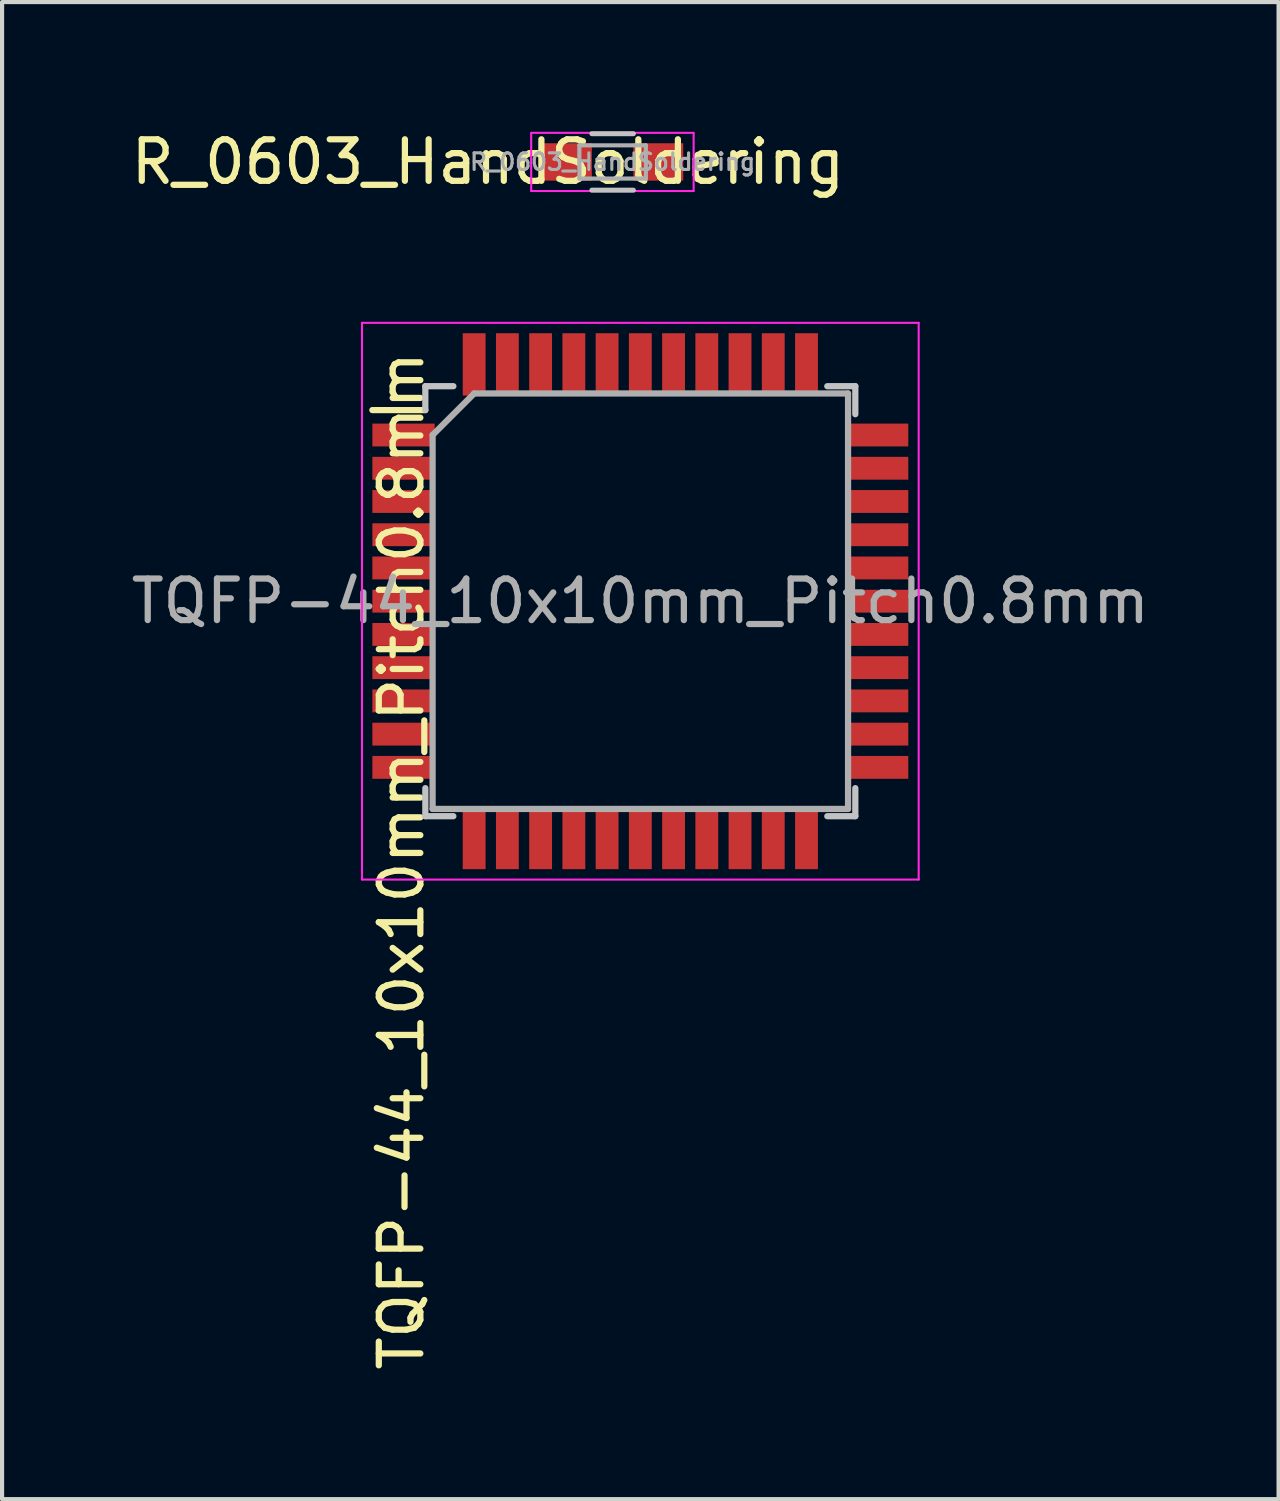
<source format=kicad_pcb>
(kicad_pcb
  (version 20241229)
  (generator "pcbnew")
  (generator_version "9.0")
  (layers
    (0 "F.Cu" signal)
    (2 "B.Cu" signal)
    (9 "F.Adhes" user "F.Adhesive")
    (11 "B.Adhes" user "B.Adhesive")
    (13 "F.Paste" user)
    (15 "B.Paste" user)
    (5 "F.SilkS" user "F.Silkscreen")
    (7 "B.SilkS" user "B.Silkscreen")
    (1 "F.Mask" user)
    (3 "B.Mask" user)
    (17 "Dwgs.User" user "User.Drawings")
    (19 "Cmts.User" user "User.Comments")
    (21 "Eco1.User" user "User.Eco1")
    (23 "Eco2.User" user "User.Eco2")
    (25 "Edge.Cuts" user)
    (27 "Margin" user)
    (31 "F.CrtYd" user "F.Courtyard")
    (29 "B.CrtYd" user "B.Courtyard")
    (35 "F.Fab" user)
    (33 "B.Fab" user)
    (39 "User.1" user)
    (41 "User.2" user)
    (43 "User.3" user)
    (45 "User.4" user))
  (footprint "TQFP-44_10x10mm_Pitch0.8mm"
    (layer "F.Cu")
    (at 12.363 11.421)
    (property "Reference" "TQFP-44_10x10mm_Pitch0.8mm" (at -5.75 6.25 270) (layer "F.SilkS") (effects (font (size 1 1) (thickness 0.15))))
    (attr smd)
    (fp_line (start -5.175 -4.6) (end -6.45 -4.6) (stroke (width 0.15) (type solid)) (layer "F.SilkS"))
    (fp_line (start -5.175 -5.175) (end -5.175 -4.6) (stroke (width 0.15) (type solid)) (layer "Dwgs.User"))
    (fp_line (start -5.175 -5.175) (end -4.5 -5.175) (stroke (width 0.15) (type solid)) (layer "Dwgs.User"))
    (fp_line (start -5.175 5.175) (end -5.175 4.5) (stroke (width 0.15) (type solid)) (layer "Dwgs.User"))
    (fp_line (start -5.175 5.175) (end -4.5 5.175) (stroke (width 0.15) (type solid)) (layer "Dwgs.User"))
    (fp_line (start 5.175 -5.175) (end 4.5 -5.175) (stroke (width 0.15) (type solid)) (layer "Dwgs.User"))
    (fp_line (start 5.175 -5.175) (end 5.175 -4.5) (stroke (width 0.15) (type solid)) (layer "Dwgs.User"))
    (fp_line (start 5.175 5.175) (end 4.5 5.175) (stroke (width 0.15) (type solid)) (layer "Dwgs.User"))
    (fp_line (start 5.175 5.175) (end 5.175 4.5) (stroke (width 0.15) (type solid)) (layer "Dwgs.User"))
    (fp_line (start -6.7 -6.7) (end -6.7 6.7) (stroke (width 0.05) (type solid)) (layer "F.CrtYd"))
    (fp_line (start -6.7 -6.7) (end 6.7 -6.7) (stroke (width 0.05) (type solid)) (layer "F.CrtYd"))
    (fp_line (start -6.7 6.7) (end 6.7 6.7) (stroke (width 0.05) (type solid)) (layer "F.CrtYd"))
    (fp_line (start 6.7 -6.7) (end 6.7 6.7) (stroke (width 0.05) (type solid)) (layer "F.CrtYd"))
    (fp_line (start -5 -4) (end -4 -5) (stroke (width 0.15) (type solid)) (layer "F.Fab"))
    (fp_line (start -5 5) (end -5 -4) (stroke (width 0.15) (type solid)) (layer "F.Fab"))
    (fp_line (start -4 -5) (end 5 -5) (stroke (width 0.15) (type solid)) (layer "F.Fab"))
    (fp_line (start 5 -5) (end 5 5) (stroke (width 0.15) (type solid)) (layer "F.Fab"))
    (fp_line (start 5 5) (end -5 5) (stroke (width 0.15) (type solid)) (layer "F.Fab"))
    (fp_text user "${REFERENCE}" (at 0 0 0) (layer "F.Fab") (effects (font (size 1 1) (thickness 0.15))))
    (pad "1" smd rect (at -5.7 -4) (size 1.5 0.55) (layers "F.Cu" "F.Mask" "F.Paste"))
    (pad "2" smd rect (at -5.7 -3.2) (size 1.5 0.55) (layers "F.Cu" "F.Mask" "F.Paste"))
    (pad "3" smd rect (at -5.7 -2.4) (size 1.5 0.55) (layers "F.Cu" "F.Mask" "F.Paste"))
    (pad "4" smd rect (at -5.7 -1.6) (size 1.5 0.55) (layers "F.Cu" "F.Mask" "F.Paste"))
    (pad "5" smd rect (at -5.7 -0.8) (size 1.5 0.55) (layers "F.Cu" "F.Mask" "F.Paste"))
    (pad "6" smd rect (at -5.7 0) (size 1.5 0.55) (layers "F.Cu" "F.Mask" "F.Paste"))
    (pad "7" smd rect (at -5.7 0.8) (size 1.5 0.55) (layers "F.Cu" "F.Mask" "F.Paste"))
    (pad "8" smd rect (at -5.7 1.6) (size 1.5 0.55) (layers "F.Cu" "F.Mask" "F.Paste"))
    (pad "9" smd rect (at -5.7 2.4) (size 1.5 0.55) (layers "F.Cu" "F.Mask" "F.Paste"))
    (pad "10" smd rect (at -5.7 3.2) (size 1.5 0.55) (layers "F.Cu" "F.Mask" "F.Paste"))
    (pad "11" smd rect (at -5.7 4) (size 1.5 0.55) (layers "F.Cu" "F.Mask" "F.Paste"))
    (pad "12" smd rect (at -4 5.7 90) (size 1.5 0.55) (layers "F.Cu" "F.Mask" "F.Paste"))
    (pad "13" smd rect (at -3.2 5.7 90) (size 1.5 0.55) (layers "F.Cu" "F.Mask" "F.Paste"))
    (pad "14" smd rect (at -2.4 5.7 90) (size 1.5 0.55) (layers "F.Cu" "F.Mask" "F.Paste"))
    (pad "15" smd rect (at -1.6 5.7 90) (size 1.5 0.55) (layers "F.Cu" "F.Mask" "F.Paste"))
    (pad "16" smd rect (at -0.8 5.7 90) (size 1.5 0.55) (layers "F.Cu" "F.Mask" "F.Paste"))
    (pad "17" smd rect (at 0 5.7 90) (size 1.5 0.55) (layers "F.Cu" "F.Mask" "F.Paste"))
    (pad "18" smd rect (at 0.8 5.7 90) (size 1.5 0.55) (layers "F.Cu" "F.Mask" "F.Paste"))
    (pad "19" smd rect (at 1.6 5.7 90) (size 1.5 0.55) (layers "F.Cu" "F.Mask" "F.Paste"))
    (pad "20" smd rect (at 2.4 5.7 90) (size 1.5 0.55) (layers "F.Cu" "F.Mask" "F.Paste"))
    (pad "21" smd rect (at 3.2 5.7 90) (size 1.5 0.55) (layers "F.Cu" "F.Mask" "F.Paste"))
    (pad "22" smd rect (at 4 5.7 90) (size 1.5 0.55) (layers "F.Cu" "F.Mask" "F.Paste"))
    (pad "23" smd rect (at 5.7 4) (size 1.5 0.55) (layers "F.Cu" "F.Mask" "F.Paste"))
    (pad "24" smd rect (at 5.7 3.2) (size 1.5 0.55) (layers "F.Cu" "F.Mask" "F.Paste"))
    (pad "25" smd rect (at 5.7 2.4) (size 1.5 0.55) (layers "F.Cu" "F.Mask" "F.Paste"))
    (pad "26" smd rect (at 5.7 1.6) (size 1.5 0.55) (layers "F.Cu" "F.Mask" "F.Paste"))
    (pad "27" smd rect (at 5.7 0.8) (size 1.5 0.55) (layers "F.Cu" "F.Mask" "F.Paste"))
    (pad "28" smd rect (at 5.7 0) (size 1.5 0.55) (layers "F.Cu" "F.Mask" "F.Paste"))
    (pad "29" smd rect (at 5.7 -0.8) (size 1.5 0.55) (layers "F.Cu" "F.Mask" "F.Paste"))
    (pad "30" smd rect (at 5.7 -1.6) (size 1.5 0.55) (layers "F.Cu" "F.Mask" "F.Paste"))
    (pad "31" smd rect (at 5.7 -2.4) (size 1.5 0.55) (layers "F.Cu" "F.Mask" "F.Paste"))
    (pad "32" smd rect (at 5.7 -3.2) (size 1.5 0.55) (layers "F.Cu" "F.Mask" "F.Paste"))
    (pad "33" smd rect (at 5.7 -4) (size 1.5 0.55) (layers "F.Cu" "F.Mask" "F.Paste"))
    (pad "34" smd rect (at 4 -5.7 90) (size 1.5 0.55) (layers "F.Cu" "F.Mask" "F.Paste"))
    (pad "35" smd rect (at 3.2 -5.7 90) (size 1.5 0.55) (layers "F.Cu" "F.Mask" "F.Paste"))
    (pad "36" smd rect (at 2.4 -5.7 90) (size 1.5 0.55) (layers "F.Cu" "F.Mask" "F.Paste"))
    (pad "37" smd rect (at 1.6 -5.7 90) (size 1.5 0.55) (layers "F.Cu" "F.Mask" "F.Paste"))
    (pad "38" smd rect (at 0.8 -5.7 90) (size 1.5 0.55) (layers "F.Cu" "F.Mask" "F.Paste"))
    (pad "39" smd rect (at 0 -5.7 90) (size 1.5 0.55) (layers "F.Cu" "F.Mask" "F.Paste"))
    (pad "40" smd rect (at -0.8 -5.7 90) (size 1.5 0.55) (layers "F.Cu" "F.Mask" "F.Paste"))
    (pad "41" smd rect (at -1.6 -5.7 90) (size 1.5 0.55) (layers "F.Cu" "F.Mask" "F.Paste"))
    (pad "42" smd rect (at -2.4 -5.7 90) (size 1.5 0.55) (layers "F.Cu" "F.Mask" "F.Paste"))
    (pad "43" smd rect (at -3.2 -5.7 90) (size 1.5 0.55) (layers "F.Cu" "F.Mask" "F.Paste"))
    (pad "44" smd rect (at -4 -5.7 90) (size 1.5 0.55) (layers "F.Cu" "F.Mask" "F.Paste")))
  (footprint "R_0603_HandSoldering"
    (layer "F.Cu")
    (at 11.696 0.848)
    (property "Reference" "R_0603_HandSoldering" (at -3 0 0) (layer "F.SilkS") (effects (font (size 1 1) (thickness 0.15))))
    (attr smd)
    (fp_line (start -0.5 -0.68) (end 0.5 -0.68) (stroke (width 0.12) (type solid)) (layer "Dwgs.User"))
    (fp_line (start 0.5 0.68) (end -0.5 0.68) (stroke (width 0.12) (type solid)) (layer "Dwgs.User"))
    (fp_line (start -1.96 -0.7) (end -1.96 0.7) (stroke (width 0.05) (type solid)) (layer "F.CrtYd"))
    (fp_line (start -1.96 -0.7) (end 1.95 -0.7) (stroke (width 0.05) (type solid)) (layer "F.CrtYd"))
    (fp_line (start 1.95 0.7) (end -1.96 0.7) (stroke (width 0.05) (type solid)) (layer "F.CrtYd"))
    (fp_line (start 1.95 0.7) (end 1.95 -0.7) (stroke (width 0.05) (type solid)) (layer "F.CrtYd"))
    (fp_line (start -0.8 -0.4) (end 0.8 -0.4) (stroke (width 0.1) (type solid)) (layer "F.Fab"))
    (fp_line (start -0.8 0.4) (end -0.8 -0.4) (stroke (width 0.1) (type solid)) (layer "F.Fab"))
    (fp_line (start 0.8 -0.4) (end 0.8 0.4) (stroke (width 0.1) (type solid)) (layer "F.Fab"))
    (fp_line (start 0.8 0.4) (end -0.8 0.4) (stroke (width 0.1) (type solid)) (layer "F.Fab"))
    (fp_text user "${REFERENCE}" (at 0 0 0) (layer "F.Fab") (effects (font (size 0.4 0.4) (thickness 0.075))))
    (pad "1" smd rect (at -1.1 0) (size 1.2 0.9) (layers "F.Cu" "F.Mask" "F.Paste"))
    (pad "2" smd rect (at 1.1 0) (size 1.2 0.9) (layers "F.Cu" "F.Mask" "F.Paste")))
  (gr_rect
    (start -3 -3)
    (end 27.726 33.035)
    (stroke (width 0.1) (type default))
    (fill no)
    (layer "Edge.Cuts")))
</source>
